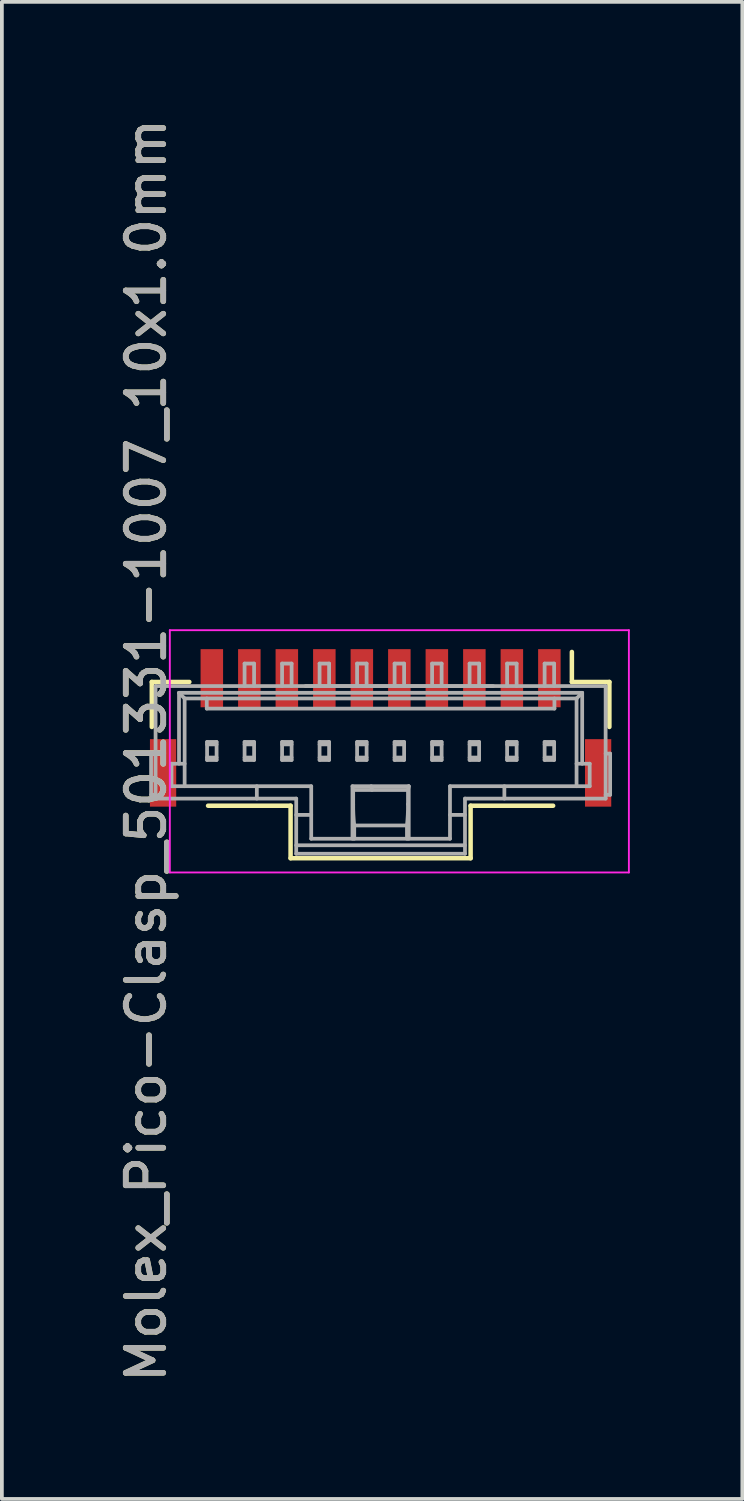
<source format=kicad_pcb>
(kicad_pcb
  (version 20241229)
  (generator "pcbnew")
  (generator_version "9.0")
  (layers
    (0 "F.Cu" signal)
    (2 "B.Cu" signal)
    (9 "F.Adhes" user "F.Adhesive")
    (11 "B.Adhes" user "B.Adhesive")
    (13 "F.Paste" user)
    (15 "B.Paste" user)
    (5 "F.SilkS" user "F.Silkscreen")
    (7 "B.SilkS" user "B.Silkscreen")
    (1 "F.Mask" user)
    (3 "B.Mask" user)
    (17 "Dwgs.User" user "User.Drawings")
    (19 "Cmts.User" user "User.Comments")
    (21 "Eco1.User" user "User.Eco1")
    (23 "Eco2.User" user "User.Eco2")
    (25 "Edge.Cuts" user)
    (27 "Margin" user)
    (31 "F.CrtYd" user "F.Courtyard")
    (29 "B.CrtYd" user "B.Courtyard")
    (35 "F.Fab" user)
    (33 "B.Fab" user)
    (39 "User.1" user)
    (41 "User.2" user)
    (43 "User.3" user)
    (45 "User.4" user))
  (footprint "Molex_Pico-Clasp_501331-1007_10x1.0mm"
    (layer "F.Cu")
    (at 7.598 16.983)
    (property "Reference" "Molex_Pico-Clasp_501331-1007_10x1.0mm" (at -6.75 -0.025 90) (layer "F.SilkS") (effects (font (size 1 1) (thickness 0.15))))
    (attr smd)
    (fp_line (start -6.6 -1.85) (end -5.6 -1.85) (stroke (width 0.12) (type solid)) (layer "F.SilkS"))
    (fp_line (start -6.6 -0.65) (end -6.6 -1.85) (stroke (width 0.12) (type solid)) (layer "F.SilkS"))
    (fp_line (start -2.9 1.45) (end -5.1 1.45) (stroke (width 0.12) (type solid)) (layer "F.SilkS"))
    (fp_line (start -2.9 2.85) (end -2.9 1.45) (stroke (width 0.12) (type solid)) (layer "F.SilkS"))
    (fp_line (start -2.9 2.85) (end 1.9 2.85) (stroke (width 0.12) (type solid)) (layer "F.SilkS"))
    (fp_line (start 1.9 1.45) (end 4.1 1.45) (stroke (width 0.12) (type solid)) (layer "F.SilkS"))
    (fp_line (start 1.9 2.85) (end 1.9 1.45) (stroke (width 0.12) (type solid)) (layer "F.SilkS"))
    (fp_line (start 4.6 -1.85) (end 4.6 -2.65) (stroke (width 0.12) (type solid)) (layer "F.SilkS"))
    (fp_line (start 5.6 -1.85) (end 4.6 -1.85) (stroke (width 0.12) (type solid)) (layer "F.SilkS"))
    (fp_line (start 5.6 -0.65) (end 5.6 -1.85) (stroke (width 0.12) (type solid)) (layer "F.SilkS"))
    (fp_line (start -6.12 -3.23) (end 6.12 -3.23) (stroke (width 0.05) (type solid)) (layer "F.CrtYd"))
    (fp_line (start -6.12 3.23) (end -6.12 -3.23) (stroke (width 0.05) (type solid)) (layer "F.CrtYd"))
    (fp_line (start 6.12 -3.23) (end 6.12 3.23) (stroke (width 0.05) (type solid)) (layer "F.CrtYd"))
    (fp_line (start 6.12 3.23) (end -6.12 3.23) (stroke (width 0.05) (type solid)) (layer "F.CrtYd"))
    (fp_line (start -6.62 0.06) (end -6.62 1.16) (stroke (width 0.1) (type solid)) (layer "F.Fab"))
    (fp_line (start -6.62 0.06) (end -6.5 0.06) (stroke (width 0.1) (type solid)) (layer "F.Fab"))
    (fp_line (start -6.5 -1.74) (end 5.5 -1.74) (stroke (width 0.1) (type solid)) (layer "F.Fab"))
    (fp_line (start -6.5 1.16) (end -6.62 1.16) (stroke (width 0.1) (type solid)) (layer "F.Fab"))
    (fp_line (start -6.5 1.26) (end -6.5 -1.74) (stroke (width 0.1) (type solid)) (layer "F.Fab"))
    (fp_line (start -6.5 1.26) (end -2.75 1.26) (stroke (width 0.1) (type solid)) (layer "F.Fab"))
    (fp_line (start -6.075 0.33) (end -6.075 0.93) (stroke (width 0.1) (type solid)) (layer "F.Fab"))
    (fp_line (start -6.075 0.33) (end -5.725 0.33) (stroke (width 0.1) (type solid)) (layer "F.Fab"))
    (fp_line (start -5.875 -1.56) (end -5.725 -1.41) (stroke (width 0.1) (type solid)) (layer "F.Fab"))
    (fp_line (start -5.875 -1.56) (end 4.875 -1.56) (stroke (width 0.1) (type solid)) (layer "F.Fab"))
    (fp_line (start -5.875 0.33) (end -5.875 -1.56) (stroke (width 0.1) (type solid)) (layer "F.Fab"))
    (fp_line (start -5.725 -1.41) (end 4.725 -1.41) (stroke (width 0.1) (type solid)) (layer "F.Fab"))
    (fp_line (start -5.725 0.93) (end -5.725 -1.41) (stroke (width 0.1) (type solid)) (layer "F.Fab"))
    (fp_line (start -5.135 -1.14) (end -5.135 -1.41) (stroke (width 0.1) (type solid)) (layer "F.Fab"))
    (fp_line (start -5.127 -0.25) (end -5.127 0.23) (stroke (width 0.1) (type solid)) (layer "F.Fab"))
    (fp_line (start -5.127 -0.25) (end -4.873 -0.25) (stroke (width 0.1) (type solid)) (layer "F.Fab"))
    (fp_line (start -5.127 -0.185) (end -4.873 -0.185) (stroke (width 0.1) (type solid)) (layer "F.Fab"))
    (fp_line (start -5.127 0.165) (end -4.873 0.165) (stroke (width 0.1) (type solid)) (layer "F.Fab"))
    (fp_line (start -5.127 0.23) (end -4.873 0.23) (stroke (width 0.1) (type solid)) (layer "F.Fab"))
    (fp_line (start -4.873 -0.25) (end -4.873 0.23) (stroke (width 0.1) (type solid)) (layer "F.Fab"))
    (fp_line (start -4.127 -2.34) (end -3.873 -2.34) (stroke (width 0.1) (type solid)) (layer "F.Fab"))
    (fp_line (start -4.127 -1.74) (end -4.127 -2.34) (stroke (width 0.1) (type solid)) (layer "F.Fab"))
    (fp_line (start -4.127 -0.25) (end -4.127 0.23) (stroke (width 0.1) (type solid)) (layer "F.Fab"))
    (fp_line (start -4.127 -0.25) (end -3.873 -0.25) (stroke (width 0.1) (type solid)) (layer "F.Fab"))
    (fp_line (start -4.127 -0.185) (end -3.873 -0.185) (stroke (width 0.1) (type solid)) (layer "F.Fab"))
    (fp_line (start -4.127 0.165) (end -3.873 0.165) (stroke (width 0.1) (type solid)) (layer "F.Fab"))
    (fp_line (start -4.127 0.23) (end -3.873 0.23) (stroke (width 0.1) (type solid)) (layer "F.Fab"))
    (fp_line (start -3.873 -2.34) (end -3.873 -1.74) (stroke (width 0.1) (type solid)) (layer "F.Fab"))
    (fp_line (start -3.873 -0.25) (end -3.873 0.23) (stroke (width 0.1) (type solid)) (layer "F.Fab"))
    (fp_line (start -3.8 0.93) (end -3.8 1.26) (stroke (width 0.1) (type solid)) (layer "F.Fab"))
    (fp_line (start -3.127 -2.34) (end -3.127 -1.74) (stroke (width 0.1) (type solid)) (layer "F.Fab"))
    (fp_line (start -3.127 -2.34) (end -2.873 -2.34) (stroke (width 0.1) (type solid)) (layer "F.Fab"))
    (fp_line (start -3.127 -0.25) (end -3.127 0.23) (stroke (width 0.1) (type solid)) (layer "F.Fab"))
    (fp_line (start -3.127 -0.25) (end -2.873 -0.25) (stroke (width 0.1) (type solid)) (layer "F.Fab"))
    (fp_line (start -3.127 -0.185) (end -2.873 -0.185) (stroke (width 0.1) (type solid)) (layer "F.Fab"))
    (fp_line (start -3.127 0.165) (end -2.873 0.165) (stroke (width 0.1) (type solid)) (layer "F.Fab"))
    (fp_line (start -3.127 0.23) (end -2.873 0.23) (stroke (width 0.1) (type solid)) (layer "F.Fab"))
    (fp_line (start -2.873 -2.34) (end -2.873 -1.74) (stroke (width 0.1) (type solid)) (layer "F.Fab"))
    (fp_line (start -2.873 -0.25) (end -2.873 0.23) (stroke (width 0.1) (type solid)) (layer "F.Fab"))
    (fp_line (start -2.75 1.695) (end -2.35 1.695) (stroke (width 0.1) (type solid)) (layer "F.Fab"))
    (fp_line (start -2.75 2.505) (end 1.75 2.505) (stroke (width 0.1) (type solid)) (layer "F.Fab"))
    (fp_line (start -2.75 2.73) (end -2.75 1.26) (stroke (width 0.1) (type solid)) (layer "F.Fab"))
    (fp_line (start -2.5 -1.74) (end 2.5 -1.74) (stroke (width 0.1) (type solid)) (layer "F.Fab"))
    (fp_line (start -2.35 0.93) (end -6.075 0.93) (stroke (width 0.1) (type solid)) (layer "F.Fab"))
    (fp_line (start -2.35 0.93) (end -2.35 2.33) (stroke (width 0.1) (type solid)) (layer "F.Fab"))
    (fp_line (start -2.127 -2.34) (end -2.127 -1.74) (stroke (width 0.1) (type solid)) (layer "F.Fab"))
    (fp_line (start -2.127 -2.34) (end -1.873 -2.34) (stroke (width 0.1) (type solid)) (layer "F.Fab"))
    (fp_line (start -2.127 -0.25) (end -2.127 0.23) (stroke (width 0.1) (type solid)) (layer "F.Fab"))
    (fp_line (start -2.127 -0.25) (end -1.873 -0.25) (stroke (width 0.1) (type solid)) (layer "F.Fab"))
    (fp_line (start -2.127 -0.185) (end -1.873 -0.185) (stroke (width 0.1) (type solid)) (layer "F.Fab"))
    (fp_line (start -2.127 0.165) (end -1.873 0.165) (stroke (width 0.1) (type solid)) (layer "F.Fab"))
    (fp_line (start -2.127 0.23) (end -1.873 0.23) (stroke (width 0.1) (type solid)) (layer "F.Fab"))
    (fp_line (start -1.873 -2.34) (end -1.873 -1.74) (stroke (width 0.1) (type solid)) (layer "F.Fab"))
    (fp_line (start -1.873 -0.25) (end -1.873 0.23) (stroke (width 0.1) (type solid)) (layer "F.Fab"))
    (fp_line (start -1.25 0.93) (end 0.25 0.93) (stroke (width 0.1) (type solid)) (layer "F.Fab"))
    (fp_line (start -1.25 2.33) (end -1.25 0.93) (stroke (width 0.1) (type solid)) (layer "F.Fab"))
    (fp_line (start -1.231 1.03) (end 0.231 1.03) (stroke (width 0.1) (type solid)) (layer "F.Fab"))
    (fp_line (start -1.231 1.41) (end -1.231 1.03) (stroke (width 0.1) (type solid)) (layer "F.Fab"))
    (fp_line (start -1.203 1.977) (end -1.203 2.33) (stroke (width 0.1) (type solid)) (layer "F.Fab"))
    (fp_line (start -1.127 -2.34) (end -1.127 -1.74) (stroke (width 0.1) (type solid)) (layer "F.Fab"))
    (fp_line (start -1.127 -2.34) (end -0.873 -2.34) (stroke (width 0.1) (type solid)) (layer "F.Fab"))
    (fp_line (start -1.127 -0.25) (end -1.127 0.23) (stroke (width 0.1) (type solid)) (layer "F.Fab"))
    (fp_line (start -1.127 -0.25) (end -0.873 -0.25) (stroke (width 0.1) (type solid)) (layer "F.Fab"))
    (fp_line (start -1.127 -0.185) (end -0.873 -0.185) (stroke (width 0.1) (type solid)) (layer "F.Fab"))
    (fp_line (start -1.127 0.165) (end -0.873 0.165) (stroke (width 0.1) (type solid)) (layer "F.Fab"))
    (fp_line (start -1.127 0.23) (end -0.873 0.23) (stroke (width 0.1) (type solid)) (layer "F.Fab"))
    (fp_line (start -0.873 -2.34) (end -0.873 -1.74) (stroke (width 0.1) (type solid)) (layer "F.Fab"))
    (fp_line (start -0.873 -0.25) (end -0.873 0.23) (stroke (width 0.1) (type solid)) (layer "F.Fab"))
    (fp_line (start -0.75 0.93) (end -0.731 1.03) (stroke (width 0.1) (type solid)) (layer "F.Fab"))
    (fp_line (start -0.127 -2.34) (end -0.127 -1.74) (stroke (width 0.1) (type solid)) (layer "F.Fab"))
    (fp_line (start -0.127 -2.34) (end 0.127 -2.34) (stroke (width 0.1) (type solid)) (layer "F.Fab"))
    (fp_line (start -0.127 -0.25) (end -0.127 0.23) (stroke (width 0.1) (type solid)) (layer "F.Fab"))
    (fp_line (start -0.127 -0.25) (end 0.127 -0.25) (stroke (width 0.1) (type solid)) (layer "F.Fab"))
    (fp_line (start -0.127 -0.185) (end 0.127 -0.185) (stroke (width 0.1) (type solid)) (layer "F.Fab"))
    (fp_line (start -0.127 0.165) (end 0.127 0.165) (stroke (width 0.1) (type solid)) (layer "F.Fab"))
    (fp_line (start -0.127 0.23) (end 0.127 0.23) (stroke (width 0.1) (type solid)) (layer "F.Fab"))
    (fp_line (start 0.127 -2.34) (end 0.127 -1.74) (stroke (width 0.1) (type solid)) (layer "F.Fab"))
    (fp_line (start 0.127 -0.25) (end 0.127 0.23) (stroke (width 0.1) (type solid)) (layer "F.Fab"))
    (fp_line (start 0.203 1.977) (end -1.203 1.977) (stroke (width 0.1) (type solid)) (layer "F.Fab"))
    (fp_line (start 0.203 2.33) (end 0.203 1.977) (stroke (width 0.1) (type solid)) (layer "F.Fab"))
    (fp_line (start 0.231 1.03) (end 0.25 0.93) (stroke (width 0.1) (type solid)) (layer "F.Fab"))
    (fp_line (start 0.231 1.41) (end 0.231 1.03) (stroke (width 0.1) (type solid)) (layer "F.Fab"))
    (fp_line (start 0.25 0.93) (end 0.25 2.33) (stroke (width 0.1) (type solid)) (layer "F.Fab"))
    (fp_line (start 0.873 -2.34) (end 0.873 -1.74) (stroke (width 0.1) (type solid)) (layer "F.Fab"))
    (fp_line (start 0.873 -2.34) (end 1.127 -2.34) (stroke (width 0.1) (type solid)) (layer "F.Fab"))
    (fp_line (start 0.873 -0.25) (end 0.873 0.23) (stroke (width 0.1) (type solid)) (layer "F.Fab"))
    (fp_line (start 0.873 -0.25) (end 1.127 -0.25) (stroke (width 0.1) (type solid)) (layer "F.Fab"))
    (fp_line (start 0.873 -0.185) (end 1.127 -0.185) (stroke (width 0.1) (type solid)) (layer "F.Fab"))
    (fp_line (start 0.873 0.165) (end 1.127 0.165) (stroke (width 0.1) (type solid)) (layer "F.Fab"))
    (fp_line (start 0.873 0.23) (end 1.127 0.23) (stroke (width 0.1) (type solid)) (layer "F.Fab"))
    (fp_line (start 1.127 -2.34) (end 1.127 -1.74) (stroke (width 0.1) (type solid)) (layer "F.Fab"))
    (fp_line (start 1.127 -0.25) (end 1.127 0.23) (stroke (width 0.1) (type solid)) (layer "F.Fab"))
    (fp_line (start 1.35 1.695) (end 1.75 1.695) (stroke (width 0.1) (type solid)) (layer "F.Fab"))
    (fp_line (start 1.35 2.33) (end -2.35 2.33) (stroke (width 0.1) (type solid)) (layer "F.Fab"))
    (fp_line (start 1.35 2.33) (end 1.35 0.93) (stroke (width 0.1) (type solid)) (layer "F.Fab"))
    (fp_line (start 1.75 1.26) (end 5.5 1.26) (stroke (width 0.1) (type solid)) (layer "F.Fab"))
    (fp_line (start 1.75 2.73) (end -2.75 2.73) (stroke (width 0.1) (type solid)) (layer "F.Fab"))
    (fp_line (start 1.75 2.73) (end 1.75 1.26) (stroke (width 0.1) (type solid)) (layer "F.Fab"))
    (fp_line (start 1.873 -2.34) (end 1.873 -1.74) (stroke (width 0.1) (type solid)) (layer "F.Fab"))
    (fp_line (start 1.873 -2.34) (end 2.127 -2.34) (stroke (width 0.1) (type solid)) (layer "F.Fab"))
    (fp_line (start 1.873 -0.25) (end 1.873 0.23) (stroke (width 0.1) (type solid)) (layer "F.Fab"))
    (fp_line (start 1.873 -0.25) (end 2.127 -0.25) (stroke (width 0.1) (type solid)) (layer "F.Fab"))
    (fp_line (start 1.873 -0.185) (end 2.127 -0.185) (stroke (width 0.1) (type solid)) (layer "F.Fab"))
    (fp_line (start 1.873 0.165) (end 2.127 0.165) (stroke (width 0.1) (type solid)) (layer "F.Fab"))
    (fp_line (start 1.873 0.23) (end 2.127 0.23) (stroke (width 0.1) (type solid)) (layer "F.Fab"))
    (fp_line (start 2.127 -2.34) (end 2.127 -1.74) (stroke (width 0.1) (type solid)) (layer "F.Fab"))
    (fp_line (start 2.127 -0.25) (end 2.127 0.23) (stroke (width 0.1) (type solid)) (layer "F.Fab"))
    (fp_line (start 2.8 1.26) (end 2.8 0.93) (stroke (width 0.1) (type solid)) (layer "F.Fab"))
    (fp_line (start 2.873 -2.34) (end 2.873 -1.74) (stroke (width 0.1) (type solid)) (layer "F.Fab"))
    (fp_line (start 2.873 -2.34) (end 3.127 -2.34) (stroke (width 0.1) (type solid)) (layer "F.Fab"))
    (fp_line (start 2.873 -0.25) (end 2.873 0.23) (stroke (width 0.1) (type solid)) (layer "F.Fab"))
    (fp_line (start 2.873 -0.25) (end 3.127 -0.25) (stroke (width 0.1) (type solid)) (layer "F.Fab"))
    (fp_line (start 2.873 -0.185) (end 3.127 -0.185) (stroke (width 0.1) (type solid)) (layer "F.Fab"))
    (fp_line (start 2.873 0.165) (end 3.127 0.165) (stroke (width 0.1) (type solid)) (layer "F.Fab"))
    (fp_line (start 2.873 0.23) (end 3.127 0.23) (stroke (width 0.1) (type solid)) (layer "F.Fab"))
    (fp_line (start 3.127 -1.74) (end 3.127 -2.34) (stroke (width 0.1) (type solid)) (layer "F.Fab"))
    (fp_line (start 3.127 -0.25) (end 3.127 0.23) (stroke (width 0.1) (type solid)) (layer "F.Fab"))
    (fp_line (start 3.873 -2.34) (end 4.127 -2.34) (stroke (width 0.1) (type solid)) (layer "F.Fab"))
    (fp_line (start 3.873 -1.74) (end 3.873 -2.34) (stroke (width 0.1) (type solid)) (layer "F.Fab"))
    (fp_line (start 3.873 -0.25) (end 3.873 0.23) (stroke (width 0.1) (type solid)) (layer "F.Fab"))
    (fp_line (start 3.873 -0.25) (end 4.127 -0.25) (stroke (width 0.1) (type solid)) (layer "F.Fab"))
    (fp_line (start 3.873 -0.185) (end 4.127 -0.185) (stroke (width 0.1) (type solid)) (layer "F.Fab"))
    (fp_line (start 3.873 0.165) (end 4.127 0.165) (stroke (width 0.1) (type solid)) (layer "F.Fab"))
    (fp_line (start 3.873 0.23) (end 4.127 0.23) (stroke (width 0.1) (type solid)) (layer "F.Fab"))
    (fp_line (start 4.127 -2.34) (end 4.127 -1.74) (stroke (width 0.1) (type solid)) (layer "F.Fab"))
    (fp_line (start 4.127 -0.25) (end 4.127 0.23) (stroke (width 0.1) (type solid)) (layer "F.Fab"))
    (fp_line (start 4.135 -1.14) (end -5.135 -1.14) (stroke (width 0.1) (type solid)) (layer "F.Fab"))
    (fp_line (start 4.135 -1.14) (end 4.135 -1.41) (stroke (width 0.1) (type solid)) (layer "F.Fab"))
    (fp_line (start 4.725 -1.41) (end 4.725 0.93) (stroke (width 0.1) (type solid)) (layer "F.Fab"))
    (fp_line (start 4.725 -1.41) (end 4.875 -1.56) (stroke (width 0.1) (type solid)) (layer "F.Fab"))
    (fp_line (start 4.875 -1.56) (end 4.875 0.33) (stroke (width 0.1) (type solid)) (layer "F.Fab"))
    (fp_line (start 5.075 0.33) (end 4.725 0.33) (stroke (width 0.1) (type solid)) (layer "F.Fab"))
    (fp_line (start 5.075 0.93) (end 1.35 0.93) (stroke (width 0.1) (type solid)) (layer "F.Fab"))
    (fp_line (start 5.075 0.93) (end 5.075 0.33) (stroke (width 0.1) (type solid)) (layer "F.Fab"))
    (fp_line (start 5.5 -1.74) (end 5.5 1.26) (stroke (width 0.1) (type solid)) (layer "F.Fab"))
    (fp_line (start 5.5 0.06) (end 5.62 0.06) (stroke (width 0.1) (type solid)) (layer "F.Fab"))
    (fp_line (start 5.62 1.16) (end 5.5 1.16) (stroke (width 0.1) (type solid)) (layer "F.Fab"))
    (fp_line (start 5.62 1.16) (end 5.62 0.06) (stroke (width 0.1) (type solid)) (layer "F.Fab"))
    (fp_arc (start -1.202818 1.977078) (mid -1.22524 1.693813) (end -1.230742 1.409716) (stroke (width 0.1) (type solid)) (layer "F.Fab"))
    (fp_arc (start 0.230742 1.409717) (mid 0.22524 1.693814) (end 0.202818 1.977079) (stroke (width 0.1) (type solid)) (layer "F.Fab"))
    (fp_text user "${REFERENCE}" (at -6.75 -0.025 90) (layer "F.Fab") (effects (font (size 1 1) (thickness 0.15))))
    (pad "1" smd rect (at 4 -1.95) (size 0.6 1.55) (layers "F.Cu" "F.Mask" "F.Paste"))
    (pad "2" smd rect (at 3 -1.95) (size 0.6 1.55) (layers "F.Cu" "F.Mask" "F.Paste"))
    (pad "3" smd rect (at 2 -1.95) (size 0.6 1.55) (layers "F.Cu" "F.Mask" "F.Paste"))
    (pad "4" smd rect (at 1 -1.95) (size 0.6 1.55) (layers "F.Cu" "F.Mask" "F.Paste"))
    (pad "5" smd rect (at 0 -1.95) (size 0.6 1.55) (layers "F.Cu" "F.Mask" "F.Paste"))
    (pad "6" smd rect (at -1 -1.95) (size 0.6 1.55) (layers "F.Cu" "F.Mask" "F.Paste"))
    (pad "7" smd rect (at -2 -1.95) (size 0.6 1.55) (layers "F.Cu" "F.Mask" "F.Paste"))
    (pad "8" smd rect (at -3 -1.95) (size 0.6 1.55) (layers "F.Cu" "F.Mask" "F.Paste"))
    (pad "9" smd rect (at -4 -1.95) (size 0.6 1.55) (layers "F.Cu" "F.Mask" "F.Paste"))
    (pad "10" smd rect (at -5 -1.95) (size 0.6 1.55) (layers "F.Cu" "F.Mask" "F.Paste"))
    (pad "11" smd rect (at -6.3 0.575) (size 0.7 1.8) (layers "F.Cu" "F.Mask" "F.Paste"))
    (pad "11" smd rect (at 5.3 0.575) (size 0.7 1.8) (layers "F.Cu" "F.Mask" "F.Paste")))
  (gr_rect
    (start -3 -3)
    (end 16.743 36.917)
    (stroke (width 0.1) (type default))
    (fill no)
    (layer "Edge.Cuts")))
</source>
